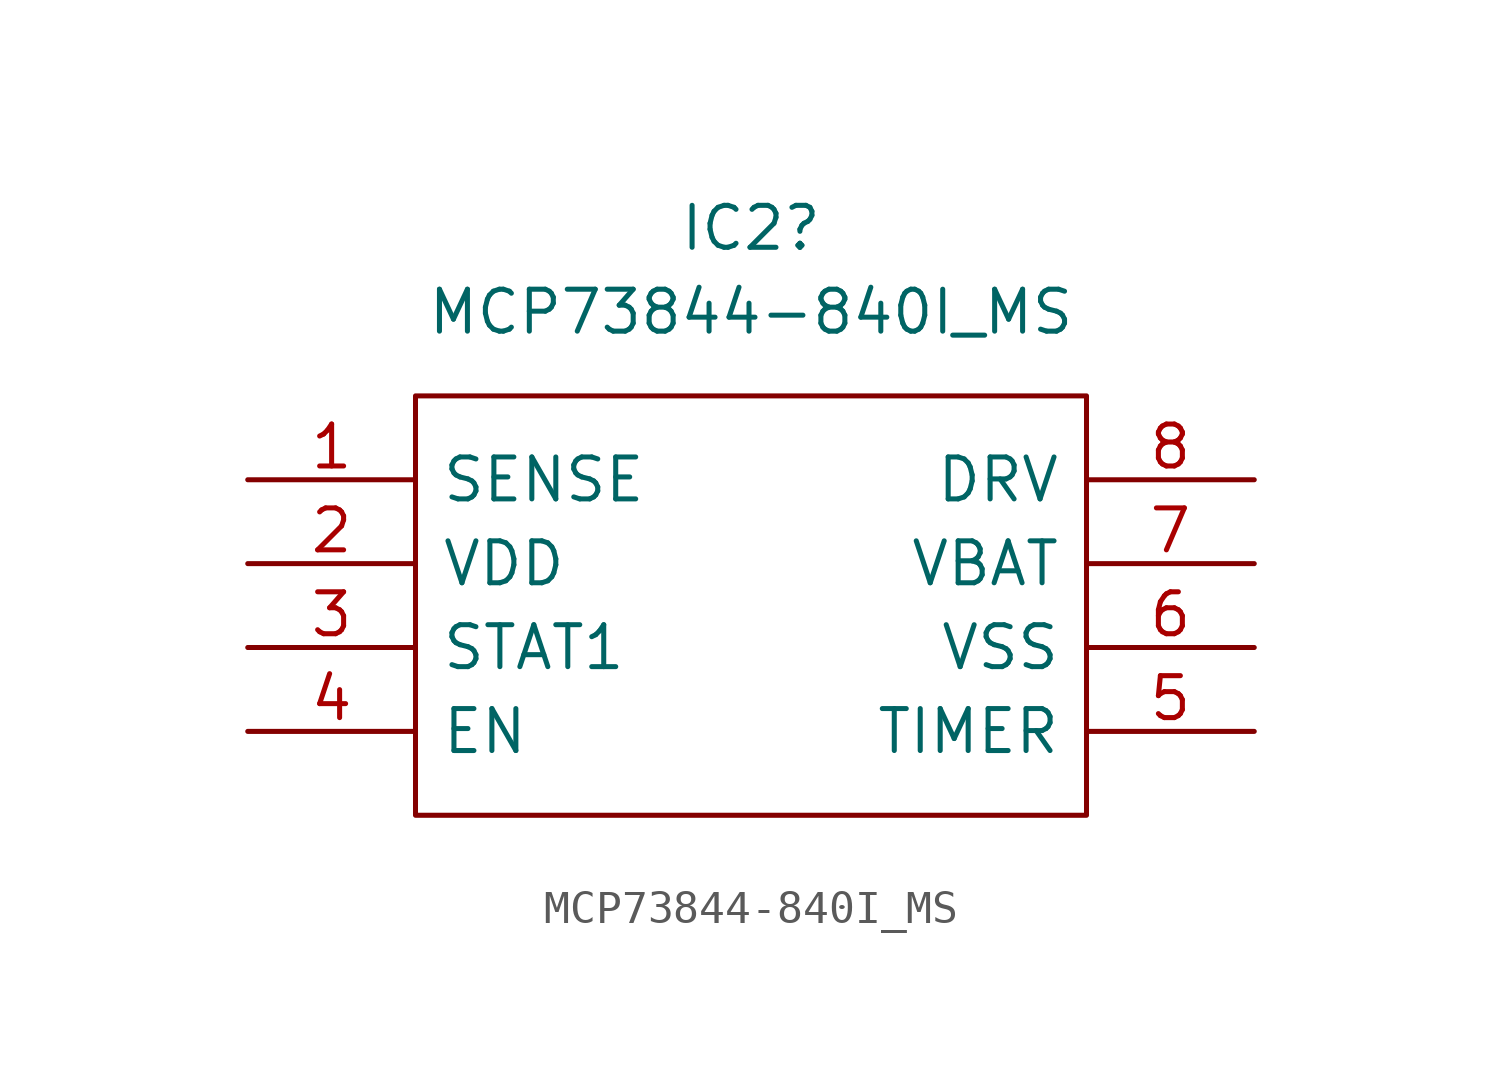
<source format=kicad_sym>
(kicad_symbol_lib
  (version 20241209)
  (generator "kicad_symbol_editor")
  (generator_version "9.0")
  (symbol "MCP73844-840I_MS"
    (pin_names
      (offset 0.762))
    (property "Reference" "IC2"
      (at 15.24 7.62 0)
      (effects (font (size 1.27 1.27))))
    (property "Value" "MCP73844-840I_MS"
      (at 15.24 5.08 0)
      (effects (font (size 1.27 1.27))))
    (property "Description" ""
      (at 0 0 0)
      (effects (font (size 1.27 1.27))))
    (symbol "MCP73844-840I_MS_0_0"
      (pin passive line (at 0 0 0) (length 5.08) (name "SENSE" (effects (font (size 1.27 1.27)))) (number "1" (effects (font (size 1.27 1.27)))))
      (pin passive line (at 0 -2.54 0) (length 5.08) (name "VDD" (effects (font (size 1.27 1.27)))) (number "2" (effects (font (size 1.27 1.27)))))
      (pin passive line (at 0 -5.08 0) (length 5.08) (name "STAT1" (effects (font (size 1.27 1.27)))) (number "3" (effects (font (size 1.27 1.27)))))
      (pin passive line (at 0 -7.62 0) (length 5.08) (name "EN" (effects (font (size 1.27 1.27)))) (number "4" (effects (font (size 1.27 1.27)))))
      (pin passive line (at 30.48 0 180) (length 5.08) (name "DRV" (effects (font (size 1.27 1.27)))) (number "8" (effects (font (size 1.27 1.27)))))
      (pin passive line (at 30.48 -2.54 180) (length 5.08) (name "VBAT" (effects (font (size 1.27 1.27)))) (number "7" (effects (font (size 1.27 1.27)))))
      (pin passive line (at 30.48 -5.08 180) (length 5.08) (name "VSS" (effects (font (size 1.27 1.27)))) (number "6" (effects (font (size 1.27 1.27)))))
      (pin passive line (at 30.48 -7.62 180) (length 5.08) (name "TIMER" (effects (font (size 1.27 1.27)))) (number "5" (effects (font (size 1.27 1.27))))))
    (symbol "MCP73844-840I_MS_0_1"
      (polyline (pts (xy 5.08 2.54) (xy 25.4 2.54) (xy 25.4 -10.16) (xy 5.08 -10.16) (xy 5.08 2.54)) (stroke (width 0.152) (type solid)) (fill (type none))))))
</source>
